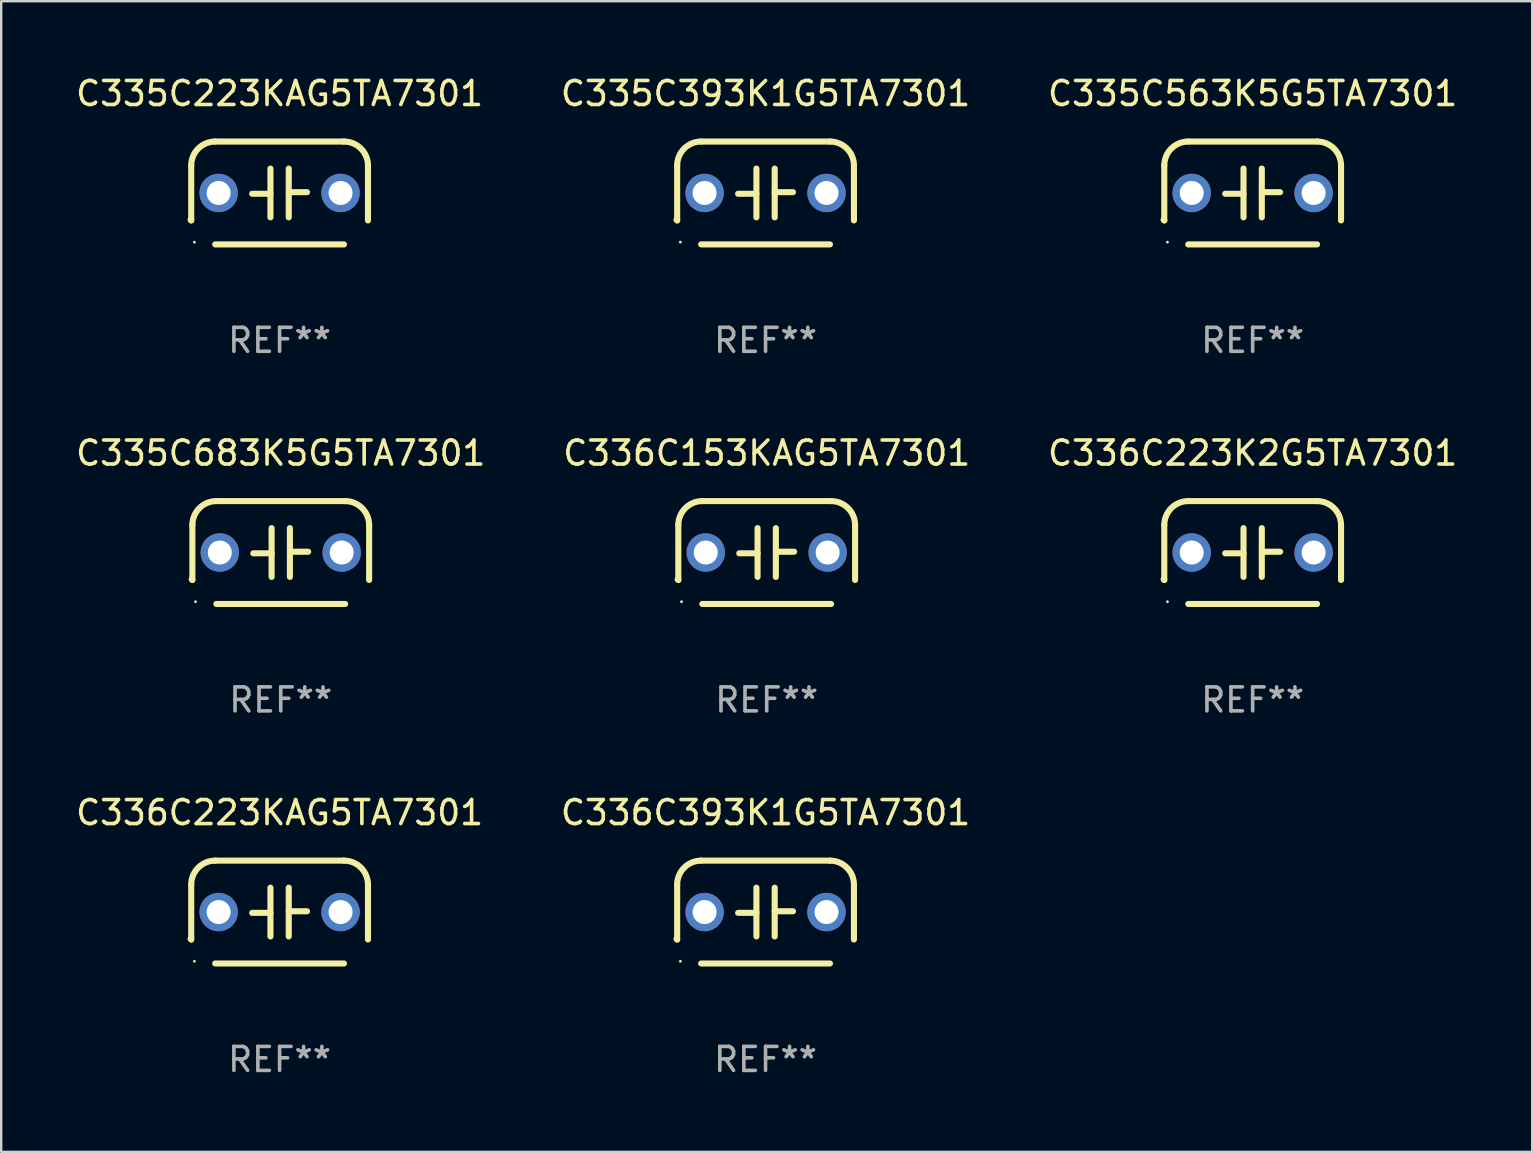
<source format=kicad_pcb>
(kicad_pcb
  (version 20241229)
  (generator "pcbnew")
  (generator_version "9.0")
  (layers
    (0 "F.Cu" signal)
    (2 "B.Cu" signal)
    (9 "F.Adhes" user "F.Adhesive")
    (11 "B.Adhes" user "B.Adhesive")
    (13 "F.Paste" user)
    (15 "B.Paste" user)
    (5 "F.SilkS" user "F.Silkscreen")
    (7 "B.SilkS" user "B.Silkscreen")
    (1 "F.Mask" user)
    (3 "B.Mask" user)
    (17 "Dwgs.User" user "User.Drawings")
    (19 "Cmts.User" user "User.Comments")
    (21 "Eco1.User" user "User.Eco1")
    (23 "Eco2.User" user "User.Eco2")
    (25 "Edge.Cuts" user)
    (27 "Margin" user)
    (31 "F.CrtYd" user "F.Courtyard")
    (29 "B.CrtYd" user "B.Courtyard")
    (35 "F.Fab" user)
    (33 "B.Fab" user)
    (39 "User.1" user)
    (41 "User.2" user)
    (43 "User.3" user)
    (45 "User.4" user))
  (footprint "C336C153KAG5TA7301"
    (layer "F.Cu")
    (at 28.899 19.974)
    (property "Reference" "C336C153KAG5TA7301" (at 0 -4.143 0) (layer "F.SilkS") (effects (font (size 1 1) (thickness 0.15))))
    (attr through_hole)
    (fp_line (start -3.683 -1.143) (end -3.683 1.143) (stroke (width 0.254) (type solid)) (layer "F.SilkS"))
    (fp_line (start -2.683 -2.143) (end 2.683 -2.143) (stroke (width 0.254) (type solid)) (layer "F.SilkS"))
    (fp_line (start -0.381 0.033) (end -1.143 0.033) (stroke (width 0.254) (type solid)) (layer "F.SilkS"))
    (fp_line (start -0.381 1.016) (end -0.381 -1.016) (stroke (width 0.254) (type solid)) (layer "F.SilkS"))
    (fp_line (start 0.381 -1.016) (end 0.381 1.016) (stroke (width 0.254) (type solid)) (layer "F.SilkS"))
    (fp_line (start 0.381 -0.033) (end 1.143 -0.033) (stroke (width 0.254) (type solid)) (layer "F.SilkS"))
    (fp_line (start 2.683 2.143) (end -2.683 2.143) (stroke (width 0.254) (type solid)) (layer "F.SilkS"))
    (fp_line (start 3.683 1.143) (end 3.683 -1.143) (stroke (width 0.254) (type solid)) (layer "F.SilkS"))
    (fp_arc (start -3.710292 1.115763) (mid -3.696656 1.129383) (end -3.68302 1.143002) (stroke (width 0.254001) (type solid)) (layer "F.SilkS"))
    (fp_arc (start -3.682994 -1.142977) (mid -3.390088 -1.850114) (end -2.682944 -2.143002) (stroke (width 0.254001) (type solid)) (layer "F.SilkS"))
    (fp_arc (start 2.682994 -2.143028) (mid 3.390106 -1.850122) (end 3.682995 -1.143002) (stroke (width 0.254001) (type solid)) (layer "F.SilkS"))
    (fp_circle (center -3.55 2.05) (end -3.52 2.05) (stroke (width 0.06) (type solid)) (fill no) (layer "F.SilkS"))
    (fp_text user "REF**" (at 0 6.143 0) (layer "F.Fab") (effects (font (size 1 1) (thickness 0.15))))
    (pad "1" thru_hole circle (at -2.54 0) (size 1.6 1.6) (drill 1) (layers "*.Cu" "*.Mask"))
    (pad "2" thru_hole circle (at 2.54 0) (size 1.6 1.6) (drill 1) (layers "*.Cu" "*.Mask")))
  (footprint "C336C393K1G5TA7301"
    (layer "F.Cu")
    (at 28.851 34.956)
    (property "Reference" "C336C393K1G5TA7301" (at 0 -4.143 0) (layer "F.SilkS") (effects (font (size 1 1) (thickness 0.15))))
    (attr through_hole)
    (fp_line (start -3.683 -1.143) (end -3.683 1.143) (stroke (width 0.254) (type solid)) (layer "F.SilkS"))
    (fp_line (start -2.683 -2.143) (end 2.683 -2.143) (stroke (width 0.254) (type solid)) (layer "F.SilkS"))
    (fp_line (start -0.381 0.033) (end -1.143 0.033) (stroke (width 0.254) (type solid)) (layer "F.SilkS"))
    (fp_line (start -0.381 1.016) (end -0.381 -1.016) (stroke (width 0.254) (type solid)) (layer "F.SilkS"))
    (fp_line (start 0.381 -1.016) (end 0.381 1.016) (stroke (width 0.254) (type solid)) (layer "F.SilkS"))
    (fp_line (start 0.381 -0.033) (end 1.143 -0.033) (stroke (width 0.254) (type solid)) (layer "F.SilkS"))
    (fp_line (start 2.683 2.143) (end -2.683 2.143) (stroke (width 0.254) (type solid)) (layer "F.SilkS"))
    (fp_line (start 3.683 1.143) (end 3.683 -1.143) (stroke (width 0.254) (type solid)) (layer "F.SilkS"))
    (fp_arc (start -3.710292 1.115763) (mid -3.696656 1.129383) (end -3.68302 1.143002) (stroke (width 0.254001) (type solid)) (layer "F.SilkS"))
    (fp_arc (start -3.682994 -1.142977) (mid -3.390088 -1.850114) (end -2.682944 -2.143002) (stroke (width 0.254001) (type solid)) (layer "F.SilkS"))
    (fp_arc (start 2.682994 -2.143028) (mid 3.390106 -1.850122) (end 3.682995 -1.143002) (stroke (width 0.254001) (type solid)) (layer "F.SilkS"))
    (fp_circle (center -3.55 2.05) (end -3.52 2.05) (stroke (width 0.06) (type solid)) (fill no) (layer "F.SilkS"))
    (fp_text user "REF**" (at 0 6.143 0) (layer "F.Fab") (effects (font (size 1 1) (thickness 0.15))))
    (pad "1" thru_hole circle (at -2.54 0) (size 1.6 1.6) (drill 1) (layers "*.Cu" "*.Mask"))
    (pad "2" thru_hole circle (at 2.54 0) (size 1.6 1.6) (drill 1) (layers "*.Cu" "*.Mask")))
  (footprint "C335C223KAG5TA7301"
    (layer "F.Cu")
    (at 8.601 4.991)
    (property "Reference" "C335C223KAG5TA7301" (at 0 -4.143 0) (layer "F.SilkS") (effects (font (size 1 1) (thickness 0.15))))
    (attr through_hole)
    (fp_line (start -3.683 -1.143) (end -3.683 1.143) (stroke (width 0.254) (type solid)) (layer "F.SilkS"))
    (fp_line (start -2.683 -2.143) (end 2.683 -2.143) (stroke (width 0.254) (type solid)) (layer "F.SilkS"))
    (fp_line (start -0.381 0.033) (end -1.143 0.033) (stroke (width 0.254) (type solid)) (layer "F.SilkS"))
    (fp_line (start -0.381 1.016) (end -0.381 -1.016) (stroke (width 0.254) (type solid)) (layer "F.SilkS"))
    (fp_line (start 0.381 -1.016) (end 0.381 1.016) (stroke (width 0.254) (type solid)) (layer "F.SilkS"))
    (fp_line (start 0.381 -0.033) (end 1.143 -0.033) (stroke (width 0.254) (type solid)) (layer "F.SilkS"))
    (fp_line (start 2.683 2.143) (end -2.683 2.143) (stroke (width 0.254) (type solid)) (layer "F.SilkS"))
    (fp_line (start 3.683 1.143) (end 3.683 -1.143) (stroke (width 0.254) (type solid)) (layer "F.SilkS"))
    (fp_arc (start -3.710292 1.115763) (mid -3.696656 1.129383) (end -3.68302 1.143002) (stroke (width 0.254001) (type solid)) (layer "F.SilkS"))
    (fp_arc (start -3.682994 -1.142977) (mid -3.390088 -1.850114) (end -2.682944 -2.143002) (stroke (width 0.254001) (type solid)) (layer "F.SilkS"))
    (fp_arc (start 2.682994 -2.143028) (mid 3.390106 -1.850122) (end 3.682995 -1.143002) (stroke (width 0.254001) (type solid)) (layer "F.SilkS"))
    (fp_circle (center -3.55 2.05) (end -3.52 2.05) (stroke (width 0.06) (type solid)) (fill no) (layer "F.SilkS"))
    (fp_text user "REF**" (at 0 6.143 0) (layer "F.Fab") (effects (font (size 1 1) (thickness 0.15))))
    (pad "1" thru_hole circle (at -2.54 0) (size 1.6 1.6) (drill 1) (layers "*.Cu" "*.Mask"))
    (pad "2" thru_hole circle (at 2.54 0) (size 1.6 1.6) (drill 1) (layers "*.Cu" "*.Mask")))
  (footprint "C335C393K1G5TA7301"
    (layer "F.Cu")
    (at 28.851 4.991)
    (property "Reference" "C335C393K1G5TA7301" (at 0 -4.143 0) (layer "F.SilkS") (effects (font (size 1 1) (thickness 0.15))))
    (attr through_hole)
    (fp_line (start -3.683 -1.143) (end -3.683 1.143) (stroke (width 0.254) (type solid)) (layer "F.SilkS"))
    (fp_line (start -2.683 -2.143) (end 2.683 -2.143) (stroke (width 0.254) (type solid)) (layer "F.SilkS"))
    (fp_line (start -0.381 0.033) (end -1.143 0.033) (stroke (width 0.254) (type solid)) (layer "F.SilkS"))
    (fp_line (start -0.381 1.016) (end -0.381 -1.016) (stroke (width 0.254) (type solid)) (layer "F.SilkS"))
    (fp_line (start 0.381 -1.016) (end 0.381 1.016) (stroke (width 0.254) (type solid)) (layer "F.SilkS"))
    (fp_line (start 0.381 -0.033) (end 1.143 -0.033) (stroke (width 0.254) (type solid)) (layer "F.SilkS"))
    (fp_line (start 2.683 2.143) (end -2.683 2.143) (stroke (width 0.254) (type solid)) (layer "F.SilkS"))
    (fp_line (start 3.683 1.143) (end 3.683 -1.143) (stroke (width 0.254) (type solid)) (layer "F.SilkS"))
    (fp_arc (start -3.710292 1.115763) (mid -3.696656 1.129383) (end -3.68302 1.143002) (stroke (width 0.254001) (type solid)) (layer "F.SilkS"))
    (fp_arc (start -3.682994 -1.142977) (mid -3.390088 -1.850114) (end -2.682944 -2.143002) (stroke (width 0.254001) (type solid)) (layer "F.SilkS"))
    (fp_arc (start 2.682994 -2.143028) (mid 3.390106 -1.850122) (end 3.682995 -1.143002) (stroke (width 0.254001) (type solid)) (layer "F.SilkS"))
    (fp_circle (center -3.55 2.05) (end -3.52 2.05) (stroke (width 0.06) (type solid)) (fill no) (layer "F.SilkS"))
    (fp_text user "REF**" (at 0 6.143 0) (layer "F.Fab") (effects (font (size 1 1) (thickness 0.15))))
    (pad "1" thru_hole circle (at -2.54 0) (size 1.6 1.6) (drill 1) (layers "*.Cu" "*.Mask"))
    (pad "2" thru_hole circle (at 2.54 0) (size 1.6 1.6) (drill 1) (layers "*.Cu" "*.Mask")))
  (footprint "C336C223KAG5TA7301"
    (layer "F.Cu")
    (at 8.601 34.956)
    (property "Reference" "C336C223KAG5TA7301" (at 0 -4.143 0) (layer "F.SilkS") (effects (font (size 1 1) (thickness 0.15))))
    (attr through_hole)
    (fp_line (start -3.683 -1.143) (end -3.683 1.143) (stroke (width 0.254) (type solid)) (layer "F.SilkS"))
    (fp_line (start -2.683 -2.143) (end 2.683 -2.143) (stroke (width 0.254) (type solid)) (layer "F.SilkS"))
    (fp_line (start -0.381 0.033) (end -1.143 0.033) (stroke (width 0.254) (type solid)) (layer "F.SilkS"))
    (fp_line (start -0.381 1.016) (end -0.381 -1.016) (stroke (width 0.254) (type solid)) (layer "F.SilkS"))
    (fp_line (start 0.381 -1.016) (end 0.381 1.016) (stroke (width 0.254) (type solid)) (layer "F.SilkS"))
    (fp_line (start 0.381 -0.033) (end 1.143 -0.033) (stroke (width 0.254) (type solid)) (layer "F.SilkS"))
    (fp_line (start 2.683 2.143) (end -2.683 2.143) (stroke (width 0.254) (type solid)) (layer "F.SilkS"))
    (fp_line (start 3.683 1.143) (end 3.683 -1.143) (stroke (width 0.254) (type solid)) (layer "F.SilkS"))
    (fp_arc (start -3.710292 1.115763) (mid -3.696656 1.129383) (end -3.68302 1.143002) (stroke (width 0.254001) (type solid)) (layer "F.SilkS"))
    (fp_arc (start -3.682994 -1.142977) (mid -3.390088 -1.850114) (end -2.682944 -2.143002) (stroke (width 0.254001) (type solid)) (layer "F.SilkS"))
    (fp_arc (start 2.682994 -2.143028) (mid 3.390106 -1.850122) (end 3.682995 -1.143002) (stroke (width 0.254001) (type solid)) (layer "F.SilkS"))
    (fp_circle (center -3.55 2.05) (end -3.52 2.05) (stroke (width 0.06) (type solid)) (fill no) (layer "F.SilkS"))
    (fp_text user "REF**" (at 0 6.143 0) (layer "F.Fab") (effects (font (size 1 1) (thickness 0.15))))
    (pad "1" thru_hole circle (at -2.54 0) (size 1.6 1.6) (drill 1) (layers "*.Cu" "*.Mask"))
    (pad "2" thru_hole circle (at 2.54 0) (size 1.6 1.6) (drill 1) (layers "*.Cu" "*.Mask")))
  (footprint "C335C683K5G5TA7301"
    (layer "F.Cu")
    (at 8.649 19.974)
    (property "Reference" "C335C683K5G5TA7301" (at 0 -4.143 0) (layer "F.SilkS") (effects (font (size 1 1) (thickness 0.15))))
    (attr through_hole)
    (fp_line (start -3.683 -1.143) (end -3.683 1.143) (stroke (width 0.254) (type solid)) (layer "F.SilkS"))
    (fp_line (start -2.683 -2.143) (end 2.683 -2.143) (stroke (width 0.254) (type solid)) (layer "F.SilkS"))
    (fp_line (start -0.381 0.033) (end -1.143 0.033) (stroke (width 0.254) (type solid)) (layer "F.SilkS"))
    (fp_line (start -0.381 1.016) (end -0.381 -1.016) (stroke (width 0.254) (type solid)) (layer "F.SilkS"))
    (fp_line (start 0.381 -1.016) (end 0.381 1.016) (stroke (width 0.254) (type solid)) (layer "F.SilkS"))
    (fp_line (start 0.381 -0.033) (end 1.143 -0.033) (stroke (width 0.254) (type solid)) (layer "F.SilkS"))
    (fp_line (start 2.683 2.143) (end -2.683 2.143) (stroke (width 0.254) (type solid)) (layer "F.SilkS"))
    (fp_line (start 3.683 1.143) (end 3.683 -1.143) (stroke (width 0.254) (type solid)) (layer "F.SilkS"))
    (fp_arc (start -3.710292 1.115763) (mid -3.696656 1.129383) (end -3.68302 1.143002) (stroke (width 0.254001) (type solid)) (layer "F.SilkS"))
    (fp_arc (start -3.682994 -1.142977) (mid -3.390088 -1.850114) (end -2.682944 -2.143002) (stroke (width 0.254001) (type solid)) (layer "F.SilkS"))
    (fp_arc (start 2.682994 -2.143028) (mid 3.390106 -1.850122) (end 3.682995 -1.143002) (stroke (width 0.254001) (type solid)) (layer "F.SilkS"))
    (fp_circle (center -3.55 2.05) (end -3.52 2.05) (stroke (width 0.06) (type solid)) (fill no) (layer "F.SilkS"))
    (fp_text user "REF**" (at 0 6.143 0) (layer "F.Fab") (effects (font (size 1 1) (thickness 0.15))))
    (pad "1" thru_hole circle (at -2.54 0) (size 1.6 1.6) (drill 1) (layers "*.Cu" "*.Mask"))
    (pad "2" thru_hole circle (at 2.54 0) (size 1.6 1.6) (drill 1) (layers "*.Cu" "*.Mask")))
  (footprint "C336C223K2G5TA7301"
    (layer "F.Cu")
    (at 49.149 19.974)
    (property "Reference" "C336C223K2G5TA7301" (at 0 -4.143 0) (layer "F.SilkS") (effects (font (size 1 1) (thickness 0.15))))
    (attr through_hole)
    (fp_line (start -3.683 -1.143) (end -3.683 1.143) (stroke (width 0.254) (type solid)) (layer "F.SilkS"))
    (fp_line (start -2.683 -2.143) (end 2.683 -2.143) (stroke (width 0.254) (type solid)) (layer "F.SilkS"))
    (fp_line (start -0.381 0.033) (end -1.143 0.033) (stroke (width 0.254) (type solid)) (layer "F.SilkS"))
    (fp_line (start -0.381 1.016) (end -0.381 -1.016) (stroke (width 0.254) (type solid)) (layer "F.SilkS"))
    (fp_line (start 0.381 -1.016) (end 0.381 1.016) (stroke (width 0.254) (type solid)) (layer "F.SilkS"))
    (fp_line (start 0.381 -0.033) (end 1.143 -0.033) (stroke (width 0.254) (type solid)) (layer "F.SilkS"))
    (fp_line (start 2.683 2.143) (end -2.683 2.143) (stroke (width 0.254) (type solid)) (layer "F.SilkS"))
    (fp_line (start 3.683 1.143) (end 3.683 -1.143) (stroke (width 0.254) (type solid)) (layer "F.SilkS"))
    (fp_arc (start -3.710292 1.115763) (mid -3.696656 1.129383) (end -3.68302 1.143002) (stroke (width 0.254001) (type solid)) (layer "F.SilkS"))
    (fp_arc (start -3.682994 -1.142977) (mid -3.390088 -1.850114) (end -2.682944 -2.143002) (stroke (width 0.254001) (type solid)) (layer "F.SilkS"))
    (fp_arc (start 2.682994 -2.143028) (mid 3.390106 -1.850122) (end 3.682995 -1.143002) (stroke (width 0.254001) (type solid)) (layer "F.SilkS"))
    (fp_circle (center -3.55 2.05) (end -3.52 2.05) (stroke (width 0.06) (type solid)) (fill no) (layer "F.SilkS"))
    (fp_text user "REF**" (at 0 6.143 0) (layer "F.Fab") (effects (font (size 1 1) (thickness 0.15))))
    (pad "1" thru_hole circle (at -2.54 0) (size 1.6 1.6) (drill 1) (layers "*.Cu" "*.Mask"))
    (pad "2" thru_hole circle (at 2.54 0) (size 1.6 1.6) (drill 1) (layers "*.Cu" "*.Mask")))
  (footprint "C335C563K5G5TA7301"
    (layer "F.Cu")
    (at 49.149 4.991)
    (property "Reference" "C335C563K5G5TA7301" (at 0 -4.143 0) (layer "F.SilkS") (effects (font (size 1 1) (thickness 0.15))))
    (attr through_hole)
    (fp_line (start -3.683 -1.143) (end -3.683 1.143) (stroke (width 0.254) (type solid)) (layer "F.SilkS"))
    (fp_line (start -2.683 -2.143) (end 2.683 -2.143) (stroke (width 0.254) (type solid)) (layer "F.SilkS"))
    (fp_line (start -0.381 0.033) (end -1.143 0.033) (stroke (width 0.254) (type solid)) (layer "F.SilkS"))
    (fp_line (start -0.381 1.016) (end -0.381 -1.016) (stroke (width 0.254) (type solid)) (layer "F.SilkS"))
    (fp_line (start 0.381 -1.016) (end 0.381 1.016) (stroke (width 0.254) (type solid)) (layer "F.SilkS"))
    (fp_line (start 0.381 -0.033) (end 1.143 -0.033) (stroke (width 0.254) (type solid)) (layer "F.SilkS"))
    (fp_line (start 2.683 2.143) (end -2.683 2.143) (stroke (width 0.254) (type solid)) (layer "F.SilkS"))
    (fp_line (start 3.683 1.143) (end 3.683 -1.143) (stroke (width 0.254) (type solid)) (layer "F.SilkS"))
    (fp_arc (start -3.710292 1.115763) (mid -3.696656 1.129383) (end -3.68302 1.143002) (stroke (width 0.254001) (type solid)) (layer "F.SilkS"))
    (fp_arc (start -3.682994 -1.142977) (mid -3.390088 -1.850114) (end -2.682944 -2.143002) (stroke (width 0.254001) (type solid)) (layer "F.SilkS"))
    (fp_arc (start 2.682994 -2.143028) (mid 3.390106 -1.850122) (end 3.682995 -1.143002) (stroke (width 0.254001) (type solid)) (layer "F.SilkS"))
    (fp_circle (center -3.55 2.05) (end -3.52 2.05) (stroke (width 0.06) (type solid)) (fill no) (layer "F.SilkS"))
    (fp_text user "REF**" (at 0 6.143 0) (layer "F.Fab") (effects (font (size 1 1) (thickness 0.15))))
    (pad "1" thru_hole circle (at -2.54 0) (size 1.6 1.6) (drill 1) (layers "*.Cu" "*.Mask"))
    (pad "2" thru_hole circle (at 2.54 0) (size 1.6 1.6) (drill 1) (layers "*.Cu" "*.Mask")))
  (gr_rect
    (start -3 -3)
    (end 60.798 44.948)
    (stroke (width 0.1) (type default))
    (fill no)
    (layer "Edge.Cuts")))
</source>
